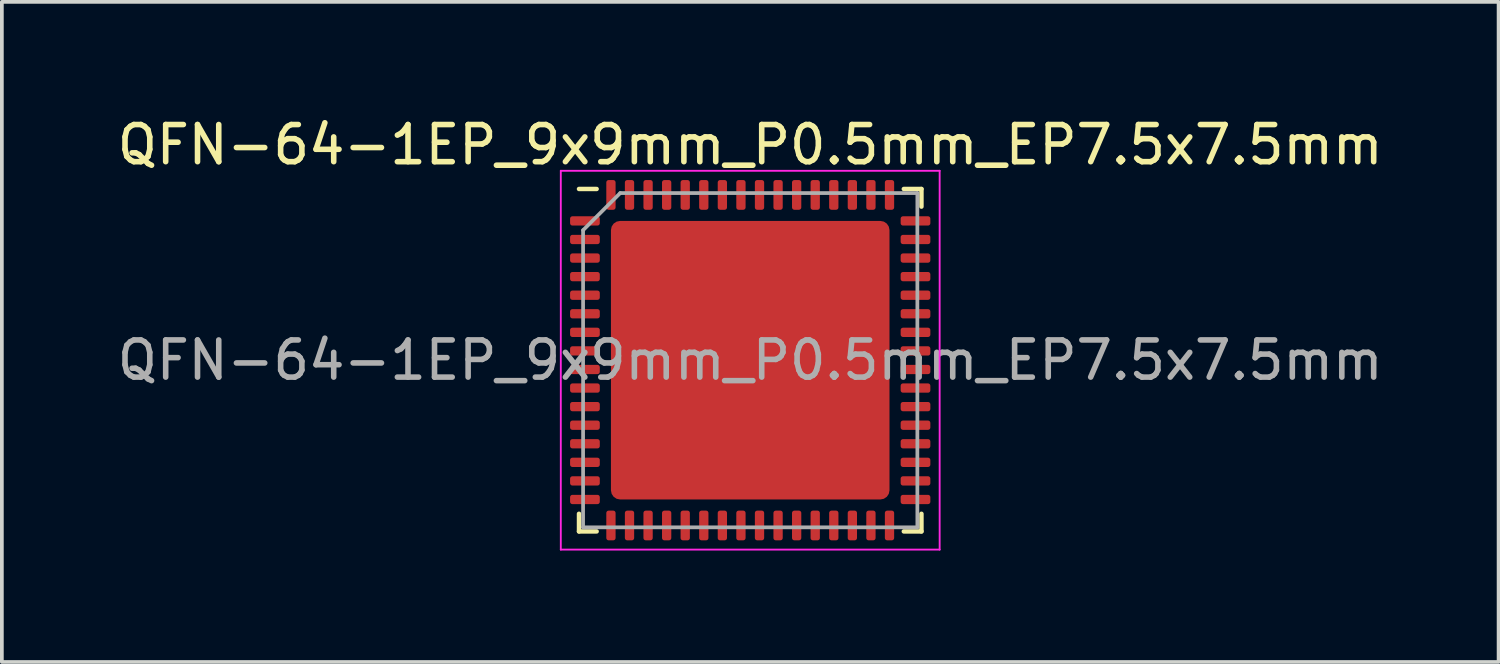
<source format=kicad_pcb>
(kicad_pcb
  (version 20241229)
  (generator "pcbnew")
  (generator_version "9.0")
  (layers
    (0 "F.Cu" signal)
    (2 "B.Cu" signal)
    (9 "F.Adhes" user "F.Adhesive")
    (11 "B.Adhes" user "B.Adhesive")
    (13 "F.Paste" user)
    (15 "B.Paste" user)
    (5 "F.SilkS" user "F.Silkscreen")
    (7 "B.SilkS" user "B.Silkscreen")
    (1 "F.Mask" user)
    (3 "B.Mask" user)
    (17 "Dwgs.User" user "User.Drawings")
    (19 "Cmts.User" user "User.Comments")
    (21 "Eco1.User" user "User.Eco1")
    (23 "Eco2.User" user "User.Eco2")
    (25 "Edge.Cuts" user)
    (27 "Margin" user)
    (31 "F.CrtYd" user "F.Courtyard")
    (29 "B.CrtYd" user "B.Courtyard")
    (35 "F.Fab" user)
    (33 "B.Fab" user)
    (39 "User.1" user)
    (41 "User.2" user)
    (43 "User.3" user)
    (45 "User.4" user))
  (footprint "QFN-64-1EP_9x9mm_P0.5mm_EP7.5x7.5mm"
    (layer "F.Cu")
    (at 17.149 6.648)
    (property "Reference" "QFN-64-1EP_9x9mm_P0.5mm_EP7.5x7.5mm" (at 0 -5.8 0) (layer "F.SilkS") (effects (font (size 1 1) (thickness 0.15))))
    (attr smd)
    (fp_line (start -4.61 4.61) (end -4.61 4.135) (stroke (width 0.12) (type solid)) (layer "F.SilkS"))
    (fp_line (start -4.135 -4.61) (end -4.61 -4.61) (stroke (width 0.12) (type solid)) (layer "F.SilkS"))
    (fp_line (start -4.135 4.61) (end -4.61 4.61) (stroke (width 0.12) (type solid)) (layer "F.SilkS"))
    (fp_line (start 4.135 -4.61) (end 4.61 -4.61) (stroke (width 0.12) (type solid)) (layer "F.SilkS"))
    (fp_line (start 4.135 4.61) (end 4.61 4.61) (stroke (width 0.12) (type solid)) (layer "F.SilkS"))
    (fp_line (start 4.61 -4.61) (end 4.61 -4.135) (stroke (width 0.12) (type solid)) (layer "F.SilkS"))
    (fp_line (start 4.61 4.61) (end 4.61 4.135) (stroke (width 0.12) (type solid)) (layer "F.SilkS"))
    (fp_line (start -5.1 -5.1) (end -5.1 5.1) (stroke (width 0.05) (type solid)) (layer "F.CrtYd"))
    (fp_line (start -5.1 5.1) (end 5.1 5.1) (stroke (width 0.05) (type solid)) (layer "F.CrtYd"))
    (fp_line (start 5.1 -5.1) (end -5.1 -5.1) (stroke (width 0.05) (type solid)) (layer "F.CrtYd"))
    (fp_line (start 5.1 5.1) (end 5.1 -5.1) (stroke (width 0.05) (type solid)) (layer "F.CrtYd"))
    (fp_line (start -4.5 -3.5) (end -3.5 -4.5) (stroke (width 0.1) (type solid)) (layer "F.Fab"))
    (fp_line (start -4.5 4.5) (end -4.5 -3.5) (stroke (width 0.1) (type solid)) (layer "F.Fab"))
    (fp_line (start -3.5 -4.5) (end 4.5 -4.5) (stroke (width 0.1) (type solid)) (layer "F.Fab"))
    (fp_line (start 4.5 -4.5) (end 4.5 4.5) (stroke (width 0.1) (type solid)) (layer "F.Fab"))
    (fp_line (start 4.5 4.5) (end -4.5 4.5) (stroke (width 0.1) (type solid)) (layer "F.Fab"))
    (fp_text user "${REFERENCE}" (at 0 0 0) (layer "F.Fab") (effects (font (size 1 1) (thickness 0.15))))
    (pad "" smd roundrect (at -3.125 -3.125) (size 1.01 1.01) (layers "F.Paste") (roundrect_rratio 0.248))
    (pad "" smd roundrect (at -3.125 -1.875) (size 1.01 1.01) (layers "F.Paste") (roundrect_rratio 0.248))
    (pad "" smd roundrect (at -3.125 -0.625) (size 1.01 1.01) (layers "F.Paste") (roundrect_rratio 0.248))
    (pad "" smd roundrect (at -3.125 0.625) (size 1.01 1.01) (layers "F.Paste") (roundrect_rratio 0.248))
    (pad "" smd roundrect (at -3.125 1.875) (size 1.01 1.01) (layers "F.Paste") (roundrect_rratio 0.248))
    (pad "" smd roundrect (at -3.125 3.125) (size 1.01 1.01) (layers "F.Paste") (roundrect_rratio 0.248))
    (pad "" smd roundrect (at -1.875 -3.125) (size 1.01 1.01) (layers "F.Paste") (roundrect_rratio 0.248))
    (pad "" smd roundrect (at -1.875 -1.875) (size 1.01 1.01) (layers "F.Paste") (roundrect_rratio 0.248))
    (pad "" smd roundrect (at -1.875 -0.625) (size 1.01 1.01) (layers "F.Paste") (roundrect_rratio 0.248))
    (pad "" smd roundrect (at -1.875 0.625) (size 1.01 1.01) (layers "F.Paste") (roundrect_rratio 0.248))
    (pad "" smd roundrect (at -1.875 1.875) (size 1.01 1.01) (layers "F.Paste") (roundrect_rratio 0.248))
    (pad "" smd roundrect (at -1.875 3.125) (size 1.01 1.01) (layers "F.Paste") (roundrect_rratio 0.248))
    (pad "" smd roundrect (at -0.625 -3.125) (size 1.01 1.01) (layers "F.Paste") (roundrect_rratio 0.248))
    (pad "" smd roundrect (at -0.625 -1.875) (size 1.01 1.01) (layers "F.Paste") (roundrect_rratio 0.248))
    (pad "" smd roundrect (at -0.625 -0.625) (size 1.01 1.01) (layers "F.Paste") (roundrect_rratio 0.248))
    (pad "" smd roundrect (at -0.625 0.625) (size 1.01 1.01) (layers "F.Paste") (roundrect_rratio 0.248))
    (pad "" smd roundrect (at -0.625 1.875) (size 1.01 1.01) (layers "F.Paste") (roundrect_rratio 0.248))
    (pad "" smd roundrect (at -0.625 3.125) (size 1.01 1.01) (layers "F.Paste") (roundrect_rratio 0.248))
    (pad "" smd roundrect (at 0.625 -3.125) (size 1.01 1.01) (layers "F.Paste") (roundrect_rratio 0.248))
    (pad "" smd roundrect (at 0.625 -1.875) (size 1.01 1.01) (layers "F.Paste") (roundrect_rratio 0.248))
    (pad "" smd roundrect (at 0.625 -0.625) (size 1.01 1.01) (layers "F.Paste") (roundrect_rratio 0.248))
    (pad "" smd roundrect (at 0.625 0.625) (size 1.01 1.01) (layers "F.Paste") (roundrect_rratio 0.248))
    (pad "" smd roundrect (at 0.625 1.875) (size 1.01 1.01) (layers "F.Paste") (roundrect_rratio 0.248))
    (pad "" smd roundrect (at 0.625 3.125) (size 1.01 1.01) (layers "F.Paste") (roundrect_rratio 0.248))
    (pad "" smd roundrect (at 1.875 -3.125) (size 1.01 1.01) (layers "F.Paste") (roundrect_rratio 0.248))
    (pad "" smd roundrect (at 1.875 -1.875) (size 1.01 1.01) (layers "F.Paste") (roundrect_rratio 0.248))
    (pad "" smd roundrect (at 1.875 -0.625) (size 1.01 1.01) (layers "F.Paste") (roundrect_rratio 0.248))
    (pad "" smd roundrect (at 1.875 0.625) (size 1.01 1.01) (layers "F.Paste") (roundrect_rratio 0.248))
    (pad "" smd roundrect (at 1.875 1.875) (size 1.01 1.01) (layers "F.Paste") (roundrect_rratio 0.248))
    (pad "" smd roundrect (at 1.875 3.125) (size 1.01 1.01) (layers "F.Paste") (roundrect_rratio 0.248))
    (pad "" smd roundrect (at 3.125 -3.125) (size 1.01 1.01) (layers "F.Paste") (roundrect_rratio 0.248))
    (pad "" smd roundrect (at 3.125 -1.875) (size 1.01 1.01) (layers "F.Paste") (roundrect_rratio 0.248))
    (pad "" smd roundrect (at 3.125 -0.625) (size 1.01 1.01) (layers "F.Paste") (roundrect_rratio 0.248))
    (pad "" smd roundrect (at 3.125 0.625) (size 1.01 1.01) (layers "F.Paste") (roundrect_rratio 0.248))
    (pad "" smd roundrect (at 3.125 1.875) (size 1.01 1.01) (layers "F.Paste") (roundrect_rratio 0.248))
    (pad "" smd roundrect (at 3.125 3.125) (size 1.01 1.01) (layers "F.Paste") (roundrect_rratio 0.248))
    (pad "1" smd roundrect (at -4.45 -3.75) (size 0.8 0.25) (layers "F.Cu" "F.Mask" "F.Paste") (roundrect_rratio 0.25))
    (pad "2" smd roundrect (at -4.45 -3.25) (size 0.8 0.25) (layers "F.Cu" "F.Mask" "F.Paste") (roundrect_rratio 0.25))
    (pad "3" smd roundrect (at -4.45 -2.75) (size 0.8 0.25) (layers "F.Cu" "F.Mask" "F.Paste") (roundrect_rratio 0.25))
    (pad "4" smd roundrect (at -4.45 -2.25) (size 0.8 0.25) (layers "F.Cu" "F.Mask" "F.Paste") (roundrect_rratio 0.25))
    (pad "5" smd roundrect (at -4.45 -1.75) (size 0.8 0.25) (layers "F.Cu" "F.Mask" "F.Paste") (roundrect_rratio 0.25))
    (pad "6" smd roundrect (at -4.45 -1.25) (size 0.8 0.25) (layers "F.Cu" "F.Mask" "F.Paste") (roundrect_rratio 0.25))
    (pad "7" smd roundrect (at -4.45 -0.75) (size 0.8 0.25) (layers "F.Cu" "F.Mask" "F.Paste") (roundrect_rratio 0.25))
    (pad "8" smd roundrect (at -4.45 -0.25) (size 0.8 0.25) (layers "F.Cu" "F.Mask" "F.Paste") (roundrect_rratio 0.25))
    (pad "9" smd roundrect (at -4.45 0.25) (size 0.8 0.25) (layers "F.Cu" "F.Mask" "F.Paste") (roundrect_rratio 0.25))
    (pad "10" smd roundrect (at -4.45 0.75) (size 0.8 0.25) (layers "F.Cu" "F.Mask" "F.Paste") (roundrect_rratio 0.25))
    (pad "11" smd roundrect (at -4.45 1.25) (size 0.8 0.25) (layers "F.Cu" "F.Mask" "F.Paste") (roundrect_rratio 0.25))
    (pad "12" smd roundrect (at -4.45 1.75) (size 0.8 0.25) (layers "F.Cu" "F.Mask" "F.Paste") (roundrect_rratio 0.25))
    (pad "13" smd roundrect (at -4.45 2.25) (size 0.8 0.25) (layers "F.Cu" "F.Mask" "F.Paste") (roundrect_rratio 0.25))
    (pad "14" smd roundrect (at -4.45 2.75) (size 0.8 0.25) (layers "F.Cu" "F.Mask" "F.Paste") (roundrect_rratio 0.25))
    (pad "15" smd roundrect (at -4.45 3.25) (size 0.8 0.25) (layers "F.Cu" "F.Mask" "F.Paste") (roundrect_rratio 0.25))
    (pad "16" smd roundrect (at -4.45 3.75) (size 0.8 0.25) (layers "F.Cu" "F.Mask" "F.Paste") (roundrect_rratio 0.25))
    (pad "17" smd roundrect (at -3.75 4.45) (size 0.25 0.8) (layers "F.Cu" "F.Mask" "F.Paste") (roundrect_rratio 0.25))
    (pad "18" smd roundrect (at -3.25 4.45) (size 0.25 0.8) (layers "F.Cu" "F.Mask" "F.Paste") (roundrect_rratio 0.25))
    (pad "19" smd roundrect (at -2.75 4.45) (size 0.25 0.8) (layers "F.Cu" "F.Mask" "F.Paste") (roundrect_rratio 0.25))
    (pad "20" smd roundrect (at -2.25 4.45) (size 0.25 0.8) (layers "F.Cu" "F.Mask" "F.Paste") (roundrect_rratio 0.25))
    (pad "21" smd roundrect (at -1.75 4.45) (size 0.25 0.8) (layers "F.Cu" "F.Mask" "F.Paste") (roundrect_rratio 0.25))
    (pad "22" smd roundrect (at -1.25 4.45) (size 0.25 0.8) (layers "F.Cu" "F.Mask" "F.Paste") (roundrect_rratio 0.25))
    (pad "23" smd roundrect (at -0.75 4.45) (size 0.25 0.8) (layers "F.Cu" "F.Mask" "F.Paste") (roundrect_rratio 0.25))
    (pad "24" smd roundrect (at -0.25 4.45) (size 0.25 0.8) (layers "F.Cu" "F.Mask" "F.Paste") (roundrect_rratio 0.25))
    (pad "25" smd roundrect (at 0.25 4.45) (size 0.25 0.8) (layers "F.Cu" "F.Mask" "F.Paste") (roundrect_rratio 0.25))
    (pad "26" smd roundrect (at 0.75 4.45) (size 0.25 0.8) (layers "F.Cu" "F.Mask" "F.Paste") (roundrect_rratio 0.25))
    (pad "27" smd roundrect (at 1.25 4.45) (size 0.25 0.8) (layers "F.Cu" "F.Mask" "F.Paste") (roundrect_rratio 0.25))
    (pad "28" smd roundrect (at 1.75 4.45) (size 0.25 0.8) (layers "F.Cu" "F.Mask" "F.Paste") (roundrect_rratio 0.25))
    (pad "29" smd roundrect (at 2.25 4.45) (size 0.25 0.8) (layers "F.Cu" "F.Mask" "F.Paste") (roundrect_rratio 0.25))
    (pad "30" smd roundrect (at 2.75 4.45) (size 0.25 0.8) (layers "F.Cu" "F.Mask" "F.Paste") (roundrect_rratio 0.25))
    (pad "31" smd roundrect (at 3.25 4.45) (size 0.25 0.8) (layers "F.Cu" "F.Mask" "F.Paste") (roundrect_rratio 0.25))
    (pad "32" smd roundrect (at 3.75 4.45) (size 0.25 0.8) (layers "F.Cu" "F.Mask" "F.Paste") (roundrect_rratio 0.25))
    (pad "33" smd roundrect (at 4.45 3.75) (size 0.8 0.25) (layers "F.Cu" "F.Mask" "F.Paste") (roundrect_rratio 0.25))
    (pad "34" smd roundrect (at 4.45 3.25) (size 0.8 0.25) (layers "F.Cu" "F.Mask" "F.Paste") (roundrect_rratio 0.25))
    (pad "35" smd roundrect (at 4.45 2.75) (size 0.8 0.25) (layers "F.Cu" "F.Mask" "F.Paste") (roundrect_rratio 0.25))
    (pad "36" smd roundrect (at 4.45 2.25) (size 0.8 0.25) (layers "F.Cu" "F.Mask" "F.Paste") (roundrect_rratio 0.25))
    (pad "37" smd roundrect (at 4.45 1.75) (size 0.8 0.25) (layers "F.Cu" "F.Mask" "F.Paste") (roundrect_rratio 0.25))
    (pad "38" smd roundrect (at 4.45 1.25) (size 0.8 0.25) (layers "F.Cu" "F.Mask" "F.Paste") (roundrect_rratio 0.25))
    (pad "39" smd roundrect (at 4.45 0.75) (size 0.8 0.25) (layers "F.Cu" "F.Mask" "F.Paste") (roundrect_rratio 0.25))
    (pad "40" smd roundrect (at 4.45 0.25) (size 0.8 0.25) (layers "F.Cu" "F.Mask" "F.Paste") (roundrect_rratio 0.25))
    (pad "41" smd roundrect (at 4.45 -0.25) (size 0.8 0.25) (layers "F.Cu" "F.Mask" "F.Paste") (roundrect_rratio 0.25))
    (pad "42" smd roundrect (at 4.45 -0.75) (size 0.8 0.25) (layers "F.Cu" "F.Mask" "F.Paste") (roundrect_rratio 0.25))
    (pad "43" smd roundrect (at 4.45 -1.25) (size 0.8 0.25) (layers "F.Cu" "F.Mask" "F.Paste") (roundrect_rratio 0.25))
    (pad "44" smd roundrect (at 4.45 -1.75) (size 0.8 0.25) (layers "F.Cu" "F.Mask" "F.Paste") (roundrect_rratio 0.25))
    (pad "45" smd roundrect (at 4.45 -2.25) (size 0.8 0.25) (layers "F.Cu" "F.Mask" "F.Paste") (roundrect_rratio 0.25))
    (pad "46" smd roundrect (at 4.45 -2.75) (size 0.8 0.25) (layers "F.Cu" "F.Mask" "F.Paste") (roundrect_rratio 0.25))
    (pad "47" smd roundrect (at 4.45 -3.25) (size 0.8 0.25) (layers "F.Cu" "F.Mask" "F.Paste") (roundrect_rratio 0.25))
    (pad "48" smd roundrect (at 4.45 -3.75) (size 0.8 0.25) (layers "F.Cu" "F.Mask" "F.Paste") (roundrect_rratio 0.25))
    (pad "49" smd roundrect (at 3.75 -4.45) (size 0.25 0.8) (layers "F.Cu" "F.Mask" "F.Paste") (roundrect_rratio 0.25))
    (pad "50" smd roundrect (at 3.25 -4.45) (size 0.25 0.8) (layers "F.Cu" "F.Mask" "F.Paste") (roundrect_rratio 0.25))
    (pad "51" smd roundrect (at 2.75 -4.45) (size 0.25 0.8) (layers "F.Cu" "F.Mask" "F.Paste") (roundrect_rratio 0.25))
    (pad "52" smd roundrect (at 2.25 -4.45) (size 0.25 0.8) (layers "F.Cu" "F.Mask" "F.Paste") (roundrect_rratio 0.25))
    (pad "53" smd roundrect (at 1.75 -4.45) (size 0.25 0.8) (layers "F.Cu" "F.Mask" "F.Paste") (roundrect_rratio 0.25))
    (pad "54" smd roundrect (at 1.25 -4.45) (size 0.25 0.8) (layers "F.Cu" "F.Mask" "F.Paste") (roundrect_rratio 0.25))
    (pad "55" smd roundrect (at 0.75 -4.45) (size 0.25 0.8) (layers "F.Cu" "F.Mask" "F.Paste") (roundrect_rratio 0.25))
    (pad "56" smd roundrect (at 0.25 -4.45) (size 0.25 0.8) (layers "F.Cu" "F.Mask" "F.Paste") (roundrect_rratio 0.25))
    (pad "57" smd roundrect (at -0.25 -4.45) (size 0.25 0.8) (layers "F.Cu" "F.Mask" "F.Paste") (roundrect_rratio 0.25))
    (pad "58" smd roundrect (at -0.75 -4.45) (size 0.25 0.8) (layers "F.Cu" "F.Mask" "F.Paste") (roundrect_rratio 0.25))
    (pad "59" smd roundrect (at -1.25 -4.45) (size 0.25 0.8) (layers "F.Cu" "F.Mask" "F.Paste") (roundrect_rratio 0.25))
    (pad "60" smd roundrect (at -1.75 -4.45) (size 0.25 0.8) (layers "F.Cu" "F.Mask" "F.Paste") (roundrect_rratio 0.25))
    (pad "61" smd roundrect (at -2.25 -4.45) (size 0.25 0.8) (layers "F.Cu" "F.Mask" "F.Paste") (roundrect_rratio 0.25))
    (pad "62" smd roundrect (at -2.75 -4.45) (size 0.25 0.8) (layers "F.Cu" "F.Mask" "F.Paste") (roundrect_rratio 0.25))
    (pad "63" smd roundrect (at -3.25 -4.45) (size 0.25 0.8) (layers "F.Cu" "F.Mask" "F.Paste") (roundrect_rratio 0.25))
    (pad "64" smd roundrect (at -3.75 -4.45) (size 0.25 0.8) (layers "F.Cu" "F.Mask" "F.Paste") (roundrect_rratio 0.25))
    (pad "65" smd roundrect (at 0 0) (size 7.5 7.5) (layers "F.Cu" "F.Mask") (roundrect_rratio 0.033)))
  (gr_rect
    (start -3 -3)
    (end 37.298 14.773)
    (stroke (width 0.1) (type default))
    (fill no)
    (layer "Edge.Cuts")))
</source>
